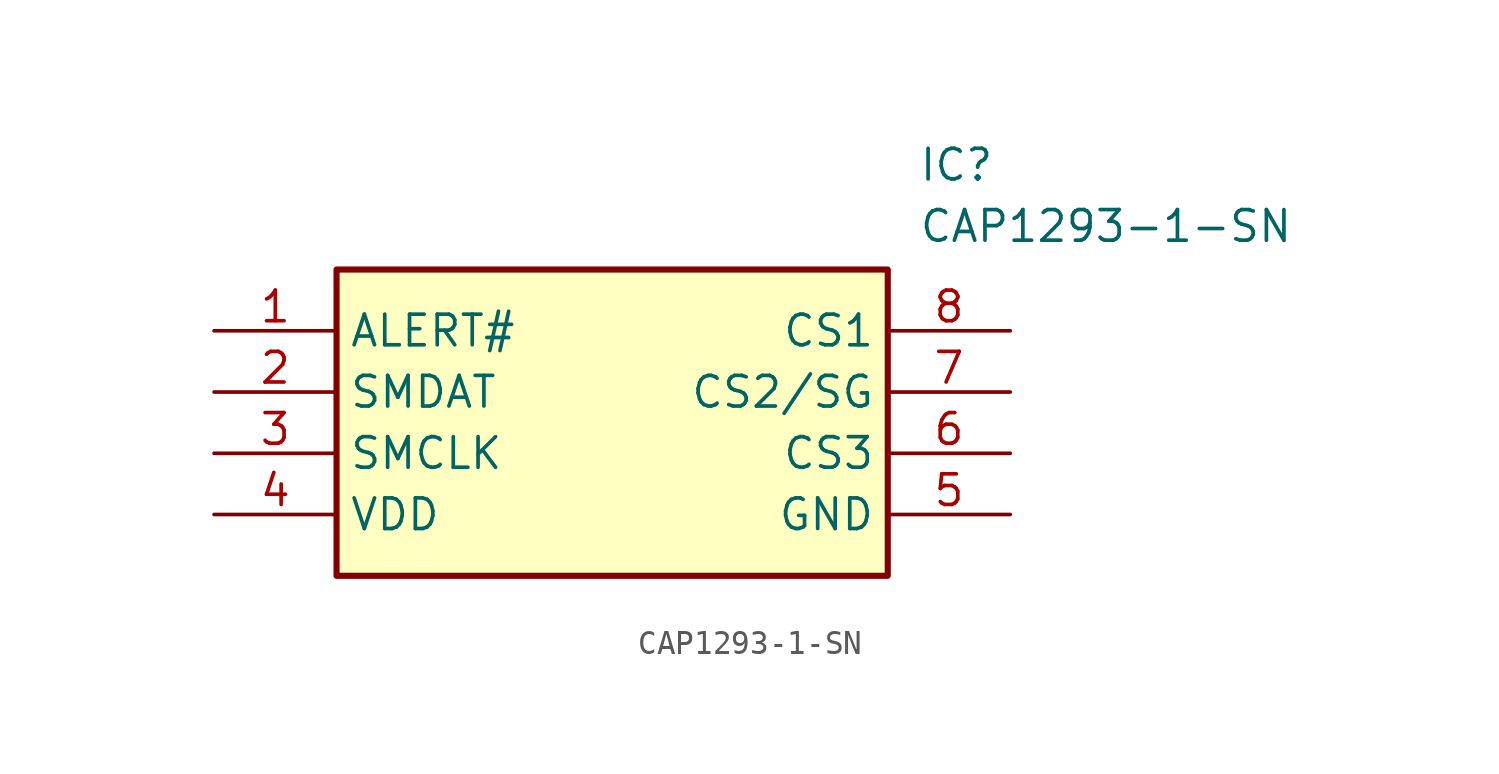
<source format=kicad_sym>
(kicad_symbol_lib
  (version 20211014)
  (generator SamacSys_ECAD_Model)
  (symbol "CAP1293-1-SN"
    (property "Reference" "IC"
      (at 29.21 7.62 0)
      (effects (font (size 1.27 1.27)) (justify left top)))
    (property "Value" "CAP1293-1-SN"
      (at 29.21 5.08 0)
      (effects (font (size 1.27 1.27)) (justify left top)))
    (rectangle
      (start 5.08 2.54)
      (end 27.94 -10.16)
      (stroke (width 0.254) (type default))
      (fill (type background)))
    (pin passive line
      (at 0 0 0)
      (length 5.08)
      (name "ALERT#" (effects (font (size 1.27 1.27))))
      (number "1" (effects (font (size 1.27 1.27)))))
    (pin passive line
      (at 0 -2.54 0)
      (length 5.08)
      (name "SMDAT" (effects (font (size 1.27 1.27))))
      (number "2" (effects (font (size 1.27 1.27)))))
    (pin passive line
      (at 0 -5.08 0)
      (length 5.08)
      (name "SMCLK" (effects (font (size 1.27 1.27))))
      (number "3" (effects (font (size 1.27 1.27)))))
    (pin passive line
      (at 0 -7.62 0)
      (length 5.08)
      (name "VDD" (effects (font (size 1.27 1.27))))
      (number "4" (effects (font (size 1.27 1.27)))))
    (pin passive line
      (at 33.02 0 180)
      (length 5.08)
      (name "CS1" (effects (font (size 1.27 1.27))))
      (number "8" (effects (font (size 1.27 1.27)))))
    (pin passive line
      (at 33.02 -2.54 180)
      (length 5.08)
      (name "CS2/SG" (effects (font (size 1.27 1.27))))
      (number "7" (effects (font (size 1.27 1.27)))))
    (pin passive line
      (at 33.02 -5.08 180)
      (length 5.08)
      (name "CS3" (effects (font (size 1.27 1.27))))
      (number "6" (effects (font (size 1.27 1.27)))))
    (pin passive line
      (at 33.02 -7.62 180)
      (length 5.08)
      (name "GND" (effects (font (size 1.27 1.27))))
      (number "5" (effects (font (size 1.27 1.27)))))))
</source>
